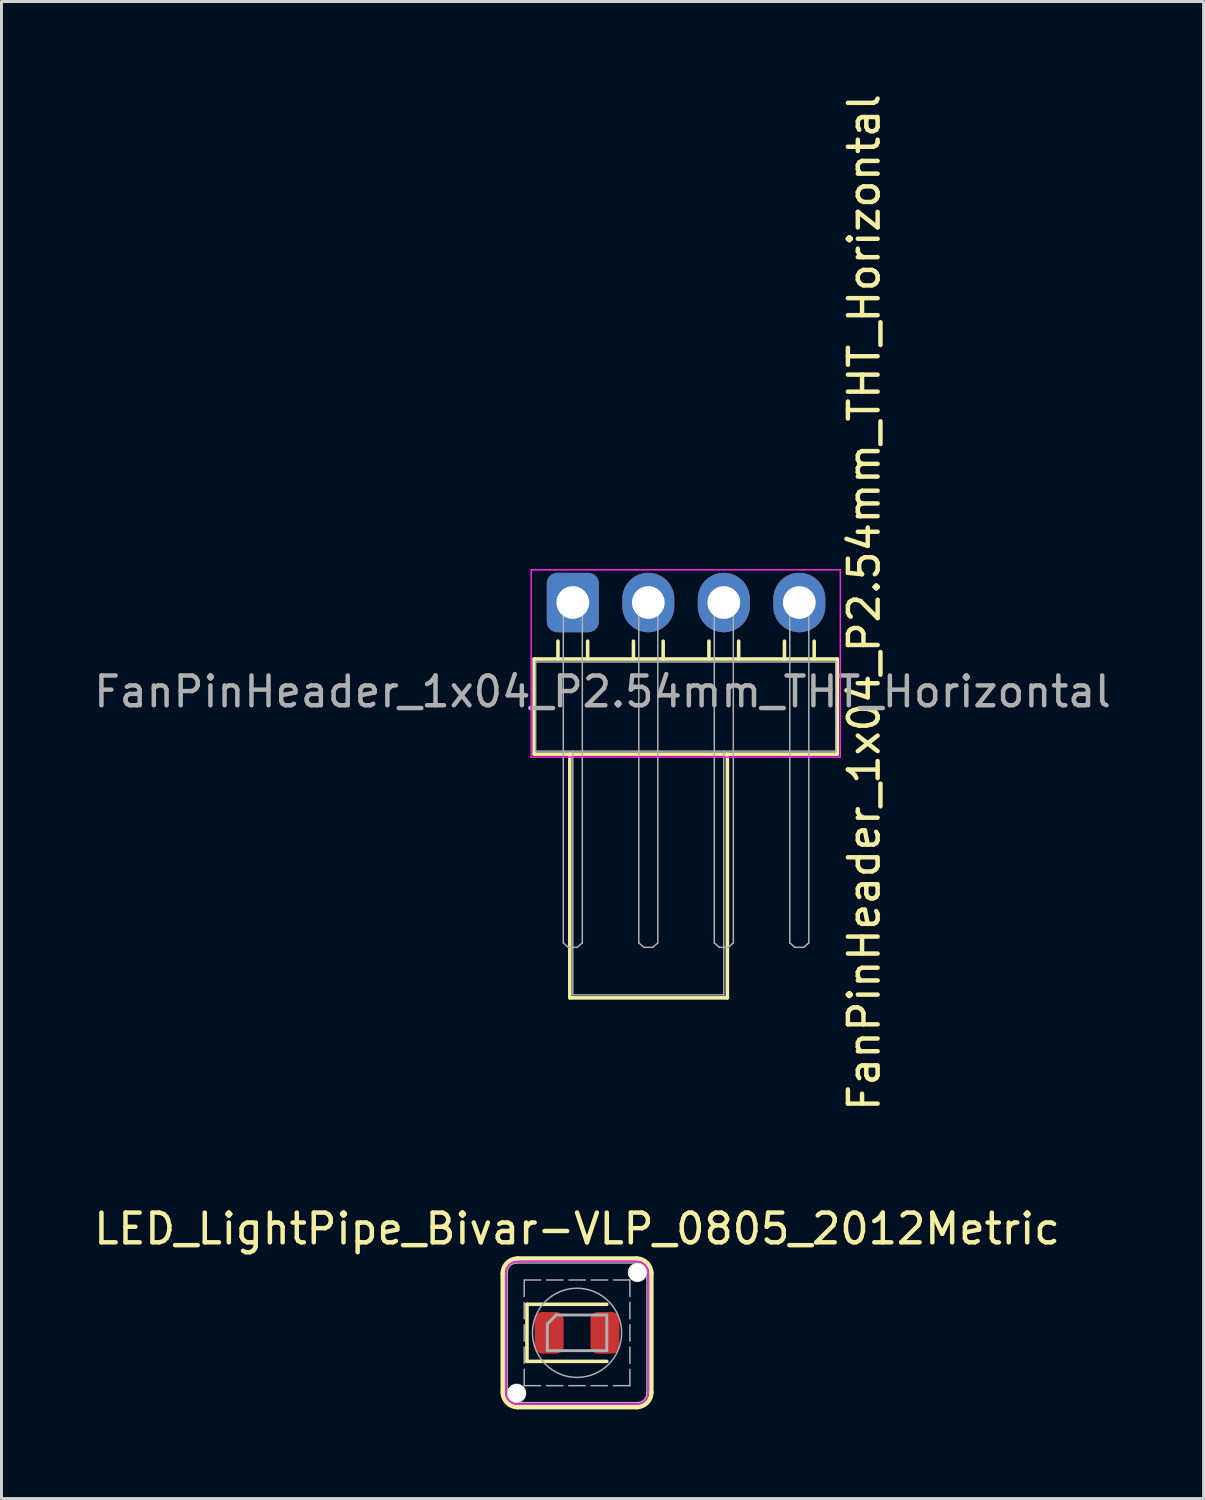
<source format=kicad_pcb>
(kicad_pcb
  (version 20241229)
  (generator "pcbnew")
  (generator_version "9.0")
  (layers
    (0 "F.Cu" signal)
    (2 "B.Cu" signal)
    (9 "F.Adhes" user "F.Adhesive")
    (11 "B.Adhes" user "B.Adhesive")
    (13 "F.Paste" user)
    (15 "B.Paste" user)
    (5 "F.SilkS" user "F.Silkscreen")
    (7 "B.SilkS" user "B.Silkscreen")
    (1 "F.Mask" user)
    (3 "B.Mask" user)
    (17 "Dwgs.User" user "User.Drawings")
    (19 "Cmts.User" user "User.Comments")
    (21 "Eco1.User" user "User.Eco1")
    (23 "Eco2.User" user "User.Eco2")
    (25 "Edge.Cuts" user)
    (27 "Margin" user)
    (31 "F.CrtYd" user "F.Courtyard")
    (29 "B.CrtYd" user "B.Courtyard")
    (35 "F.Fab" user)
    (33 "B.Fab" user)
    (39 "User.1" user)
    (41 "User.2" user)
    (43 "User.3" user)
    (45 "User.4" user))
  (footprint "FanPinHeader_1x04_P2.54mm_THT_Horizontal"
    (layer "F.Cu")
    (at 16.22 17.22)
    (property "Reference" "FanPinHeader_1x04_P2.54mm_THT_Horizontal" (at 9.8 0 90) (layer "F.SilkS") (effects (font (size 1 1) (thickness 0.15))))
    (attr through_hole)
    (fp_line (start -1.3 1.9) (end 8.9 1.9) (stroke (width 0.12) (type solid)) (layer "F.SilkS"))
    (fp_line (start -1.3 5.1) (end -1.3 1.9) (stroke (width 0.12) (type solid)) (layer "F.SilkS"))
    (fp_line (start -1.3 5.1) (end 8.9 5.1) (stroke (width 0.12) (type solid)) (layer "F.SilkS"))
    (fp_line (start -0.5 1.9) (end -0.5 1.3) (stroke (width 0.12) (type solid)) (layer "F.SilkS"))
    (fp_line (start -0.1 5.1) (end -0.1 13.3) (stroke (width 0.12) (type solid)) (layer "F.SilkS"))
    (fp_line (start -0.1 13.3) (end 5.2 13.3) (stroke (width 0.12) (type solid)) (layer "F.SilkS"))
    (fp_line (start 0.5 1.9) (end 0.5 1.3) (stroke (width 0.12) (type solid)) (layer "F.SilkS"))
    (fp_line (start 2.04 1.9) (end 2.04 1.3) (stroke (width 0.12) (type solid)) (layer "F.SilkS"))
    (fp_line (start 3.04 1.9) (end 3.04 1.3) (stroke (width 0.12) (type solid)) (layer "F.SilkS"))
    (fp_line (start 4.58 1.9) (end 4.58 1.3) (stroke (width 0.12) (type solid)) (layer "F.SilkS"))
    (fp_line (start 5.2 13.3) (end 5.2 5.1) (stroke (width 0.12) (type solid)) (layer "F.SilkS"))
    (fp_line (start 5.58 1.9) (end 5.58 1.3) (stroke (width 0.12) (type solid)) (layer "F.SilkS"))
    (fp_line (start 7.12 1.9) (end 7.12 1.3) (stroke (width 0.12) (type solid)) (layer "F.SilkS"))
    (fp_line (start 8.12 1.9) (end 8.12 1.3) (stroke (width 0.12) (type solid)) (layer "F.SilkS"))
    (fp_line (start 8.9 5.1) (end 8.9 1.9) (stroke (width 0.12) (type solid)) (layer "F.SilkS"))
    (fp_line (start -1.4 5.2) (end -1.4 -1.1) (stroke (width 0.05) (type solid)) (layer "F.CrtYd"))
    (fp_line (start 9 -1.1) (end -1.4 -1.1) (stroke (width 0.05) (type solid)) (layer "F.CrtYd"))
    (fp_line (start 9 -1.1) (end 9 5.2) (stroke (width 0.05) (type solid)) (layer "F.CrtYd"))
    (fp_line (start 9 5.2) (end -1.4 5.2) (stroke (width 0.05) (type solid)) (layer "F.CrtYd"))
    (fp_line (start -1.25 2) (end -1.25 5) (stroke (width 0.05) (type solid)) (layer "F.Fab"))
    (fp_line (start -1.25 2) (end 8.85 2) (stroke (width 0.05) (type solid)) (layer "F.Fab"))
    (fp_line (start -1.25 5) (end 8.85 5) (stroke (width 0.05) (type solid)) (layer "F.Fab"))
    (fp_line (start -0.32 -0.32) (end -0.32 11.45) (stroke (width 0.05) (type solid)) (layer "F.Fab"))
    (fp_line (start -0.32 -0.32) (end 0.32 -0.32) (stroke (width 0.05) (type solid)) (layer "F.Fab"))
    (fp_line (start -0.32 0.32) (end 0.32 0.32) (stroke (width 0.05) (type solid)) (layer "F.Fab"))
    (fp_line (start -0.15 11.6) (end -0.32 11.45) (stroke (width 0.05) (type solid)) (layer "F.Fab"))
    (fp_line (start -0.15 11.6) (end 0.15 11.6) (stroke (width 0.05) (type solid)) (layer "F.Fab"))
    (fp_line (start 0 5) (end 0 13.2) (stroke (width 0.05) (type solid)) (layer "F.Fab"))
    (fp_line (start 0 13.2) (end 5.08 13.2) (stroke (width 0.05) (type solid)) (layer "F.Fab"))
    (fp_line (start 0.15 11.6) (end 0.32 11.45) (stroke (width 0.05) (type solid)) (layer "F.Fab"))
    (fp_line (start 0.32 -0.32) (end 0.32 11.45) (stroke (width 0.05) (type solid)) (layer "F.Fab"))
    (fp_line (start 2.22 -0.32) (end 2.22 11.45) (stroke (width 0.05) (type solid)) (layer "F.Fab"))
    (fp_line (start 2.22 -0.32) (end 2.86 -0.32) (stroke (width 0.05) (type solid)) (layer "F.Fab"))
    (fp_line (start 2.22 0.32) (end 2.86 0.32) (stroke (width 0.05) (type solid)) (layer "F.Fab"))
    (fp_line (start 2.39 11.6) (end 2.22 11.45) (stroke (width 0.05) (type solid)) (layer "F.Fab"))
    (fp_line (start 2.39 11.6) (end 2.69 11.6) (stroke (width 0.05) (type solid)) (layer "F.Fab"))
    (fp_line (start 2.69 11.6) (end 2.86 11.45) (stroke (width 0.05) (type solid)) (layer "F.Fab"))
    (fp_line (start 2.86 -0.32) (end 2.86 11.45) (stroke (width 0.05) (type solid)) (layer "F.Fab"))
    (fp_line (start 4.76 -0.32) (end 4.76 11.45) (stroke (width 0.05) (type solid)) (layer "F.Fab"))
    (fp_line (start 4.76 -0.32) (end 5.4 -0.32) (stroke (width 0.05) (type solid)) (layer "F.Fab"))
    (fp_line (start 4.76 0.32) (end 5.4 0.32) (stroke (width 0.05) (type solid)) (layer "F.Fab"))
    (fp_line (start 4.93 11.6) (end 4.76 11.45) (stroke (width 0.05) (type solid)) (layer "F.Fab"))
    (fp_line (start 4.93 11.6) (end 5.23 11.6) (stroke (width 0.05) (type solid)) (layer "F.Fab"))
    (fp_line (start 5.08 13.2) (end 5.08 5) (stroke (width 0.05) (type solid)) (layer "F.Fab"))
    (fp_line (start 5.23 11.6) (end 5.4 11.45) (stroke (width 0.05) (type solid)) (layer "F.Fab"))
    (fp_line (start 5.4 -0.32) (end 5.4 11.45) (stroke (width 0.05) (type solid)) (layer "F.Fab"))
    (fp_line (start 7.3 -0.32) (end 7.3 11.45) (stroke (width 0.05) (type solid)) (layer "F.Fab"))
    (fp_line (start 7.3 -0.32) (end 7.94 -0.32) (stroke (width 0.05) (type solid)) (layer "F.Fab"))
    (fp_line (start 7.3 0.32) (end 7.94 0.32) (stroke (width 0.05) (type solid)) (layer "F.Fab"))
    (fp_line (start 7.47 11.6) (end 7.3 11.45) (stroke (width 0.05) (type solid)) (layer "F.Fab"))
    (fp_line (start 7.47 11.6) (end 7.77 11.6) (stroke (width 0.05) (type solid)) (layer "F.Fab"))
    (fp_line (start 7.77 11.6) (end 7.94 11.45) (stroke (width 0.05) (type solid)) (layer "F.Fab"))
    (fp_line (start 7.94 -0.32) (end 7.94 11.45) (stroke (width 0.05) (type solid)) (layer "F.Fab"))
    (fp_line (start 8.85 2) (end 8.85 5) (stroke (width 0.05) (type solid)) (layer "F.Fab"))
    (fp_text user "${REFERENCE}" (at 1 3 180) (layer "F.Fab") (effects (font (size 1 1) (thickness 0.15))))
    (pad "1" thru_hole roundrect (at 0 0 90) (size 2 1.75) (drill 1.1) (layers "*.Cu" "*.Mask") (roundrect_rratio 0.2))
    (pad "2" thru_hole oval (at 2.54 0 90) (size 2 1.75) (drill 1.1) (layers "*.Cu" "*.Mask"))
    (pad "3" thru_hole oval (at 5.08 0 90) (size 2 1.75) (drill 1.1) (layers "*.Cu" "*.Mask"))
    (pad "4" thru_hole oval (at 7.62 0 90) (size 2 1.75) (drill 1.1) (layers "*.Cu" "*.Mask")))
  (footprint "LED_LightPipe_Bivar-VLP_0805_2012Metric"
    (layer "F.Cu")
    (at 16.363 41.789)
    (property "Reference" "LED_LightPipe_Bivar-VLP_0805_2012Metric" (at 0 -3.5 180) (layer "F.SilkS") (effects (font (size 1 1) (thickness 0.15))))
    (attr smd)
    (fp_line (start -2.5 -2) (end -2.5 2) (stroke (width 0.15) (type default)) (layer "F.SilkS"))
    (fp_line (start -2 -2.5) (end 2 -2.5) (stroke (width 0.15) (type default)) (layer "F.SilkS"))
    (fp_line (start -1.685 -0.96) (end -1.685 0.96) (stroke (width 0.12) (type solid)) (layer "F.SilkS"))
    (fp_line (start -1.685 0.96) (end 1 0.96) (stroke (width 0.12) (type solid)) (layer "F.SilkS"))
    (fp_line (start 1 -0.96) (end -1.685 -0.96) (stroke (width 0.12) (type solid)) (layer "F.SilkS"))
    (fp_line (start 2 2.5) (end -2 2.5) (stroke (width 0.15) (type default)) (layer "F.SilkS"))
    (fp_line (start 2.5 -2) (end 2.5 2) (stroke (width 0.15) (type default)) (layer "F.SilkS"))
    (fp_arc (start -2.5 -2) (mid -2.353553 -2.353553) (end -2 -2.5) (stroke (width 0.15) (type default)) (layer "F.SilkS"))
    (fp_arc (start -2 2.5) (mid -2.353553 2.353553) (end -2.5 2) (stroke (width 0.15) (type default)) (layer "F.SilkS"))
    (fp_arc (start 2 -2.5) (mid 2.353553 -2.353553) (end 2.5 -2) (stroke (width 0.15) (type default)) (layer "F.SilkS"))
    (fp_arc (start 2.5 2) (mid 2.353553 2.353553) (end 2 2.5) (stroke (width 0.15) (type default)) (layer "F.SilkS"))
    (fp_line (start -2.4 2) (end -2.4 -2) (stroke (width 0.05) (type default)) (layer "F.CrtYd"))
    (fp_line (start -2 -2.4) (end 2 -2.4) (stroke (width 0.05) (type default)) (layer "F.CrtYd"))
    (fp_line (start 2 2.4) (end -2 2.4) (stroke (width 0.05) (type default)) (layer "F.CrtYd"))
    (fp_line (start 2.4 2) (end 2.4 -2) (stroke (width 0.05) (type default)) (layer "F.CrtYd"))
    (fp_arc (start -2.4 -2) (mid -2.282842 -2.282842) (end -2 -2.4) (stroke (width 0.05) (type default)) (layer "F.CrtYd"))
    (fp_arc (start -2 2.4) (mid -2.282842 2.282842) (end -2.4 2) (stroke (width 0.05) (type default)) (layer "F.CrtYd"))
    (fp_arc (start 2 -2.4) (mid 2.282843 -2.282843) (end 2.4 -2) (stroke (width 0.05) (type default)) (layer "F.CrtYd"))
    (fp_arc (start 2.4 2) (mid 2.282843 2.282843) (end 2 2.4) (stroke (width 0.05) (type default)) (layer "F.CrtYd"))
    (fp_line (start -2.35 -2.032) (end -2.35 2.032) (stroke (width 0.05) (type default)) (layer "F.Fab"))
    (fp_line (start -2.032 -2.35) (end 2.032 -2.35) (stroke (width 0.05) (type default)) (layer "F.Fab"))
    (fp_line (start -2.032 2.35) (end 2.032 2.35) (stroke (width 0.05) (type default)) (layer "F.Fab"))
    (fp_line (start -1.778 1.778) (end -1.778 -1.778) (stroke (width 0.05) (type dash)) (layer "F.Fab"))
    (fp_line (start -1.778 1.778) (end 1.778 1.778) (stroke (width 0.05) (type dash)) (layer "F.Fab"))
    (fp_line (start -1 -0.3) (end -1 0.6) (stroke (width 0.1) (type solid)) (layer "F.Fab"))
    (fp_line (start -1 0.6) (end 1 0.6) (stroke (width 0.1) (type solid)) (layer "F.Fab"))
    (fp_line (start -0.7 -0.6) (end -1 -0.3) (stroke (width 0.1) (type solid)) (layer "F.Fab"))
    (fp_line (start 1 -0.6) (end -0.7 -0.6) (stroke (width 0.1) (type solid)) (layer "F.Fab"))
    (fp_line (start 1 0.6) (end 1 -0.6) (stroke (width 0.1) (type solid)) (layer "F.Fab"))
    (fp_line (start 1.778 -1.778) (end -1.778 -1.778) (stroke (width 0.05) (type dash)) (layer "F.Fab"))
    (fp_line (start 1.778 1.778) (end 1.778 -1.778) (stroke (width 0.05) (type dash)) (layer "F.Fab"))
    (fp_line (start 2.35 -2.032) (end 2.35 2.032) (stroke (width 0.05) (type default)) (layer "F.Fab"))
    (fp_arc (start -2.35 -2.032) (mid -2.256859 -2.256859) (end -2.032 -2.35) (stroke (width 0.05) (type default)) (layer "F.Fab"))
    (fp_arc (start -2.032 2.35) (mid -2.256859 2.256859) (end -2.35 2.032) (stroke (width 0.05) (type default)) (layer "F.Fab"))
    (fp_arc (start 2.032 -2.35) (mid 2.25686 -2.25686) (end 2.35 -2.032) (stroke (width 0.05) (type default)) (layer "F.Fab"))
    (fp_arc (start 2.35 2.032) (mid 2.25686 2.25686) (end 2.032 2.35) (stroke (width 0.05) (type default)) (layer "F.Fab"))
    (fp_circle (center -2.032 2.032) (end -1.732 2.032) (stroke (width 0.05) (type default)) (fill no) (layer "F.Fab"))
    (fp_circle (center 0 0) (end 1.5 0) (stroke (width 0.05) (type default)) (fill no) (layer "F.Fab"))
    (fp_circle (center 2.032 -2.032) (end 2.332 -2.032) (stroke (width 0.05) (type default)) (fill no) (layer "F.Fab"))
    (pad "" np_thru_hole circle (at -2.032 2.032) (size 0.62 0.62) (drill 0.65) (layers "*.Cu" "*.Mask"))
    (pad "" np_thru_hole circle (at 2.032 -2.032) (size 0.62 0.62) (drill 0.65) (layers "*.Cu" "*.Mask"))
    (pad "1" smd roundrect (at -0.938 0) (size 0.975 1.4) (layers "F.Cu" "F.Mask" "F.Paste") (roundrect_rratio 0.25))
    (pad "2" smd roundrect (at 0.938 0) (size 0.975 1.4) (layers "F.Cu" "F.Mask" "F.Paste") (roundrect_rratio 0.25)))
  (gr_rect
    (start -3 -3)
    (end 37.44 47.364)
    (stroke (width 0.1) (type default))
    (fill no)
    (layer "Edge.Cuts")))
</source>
